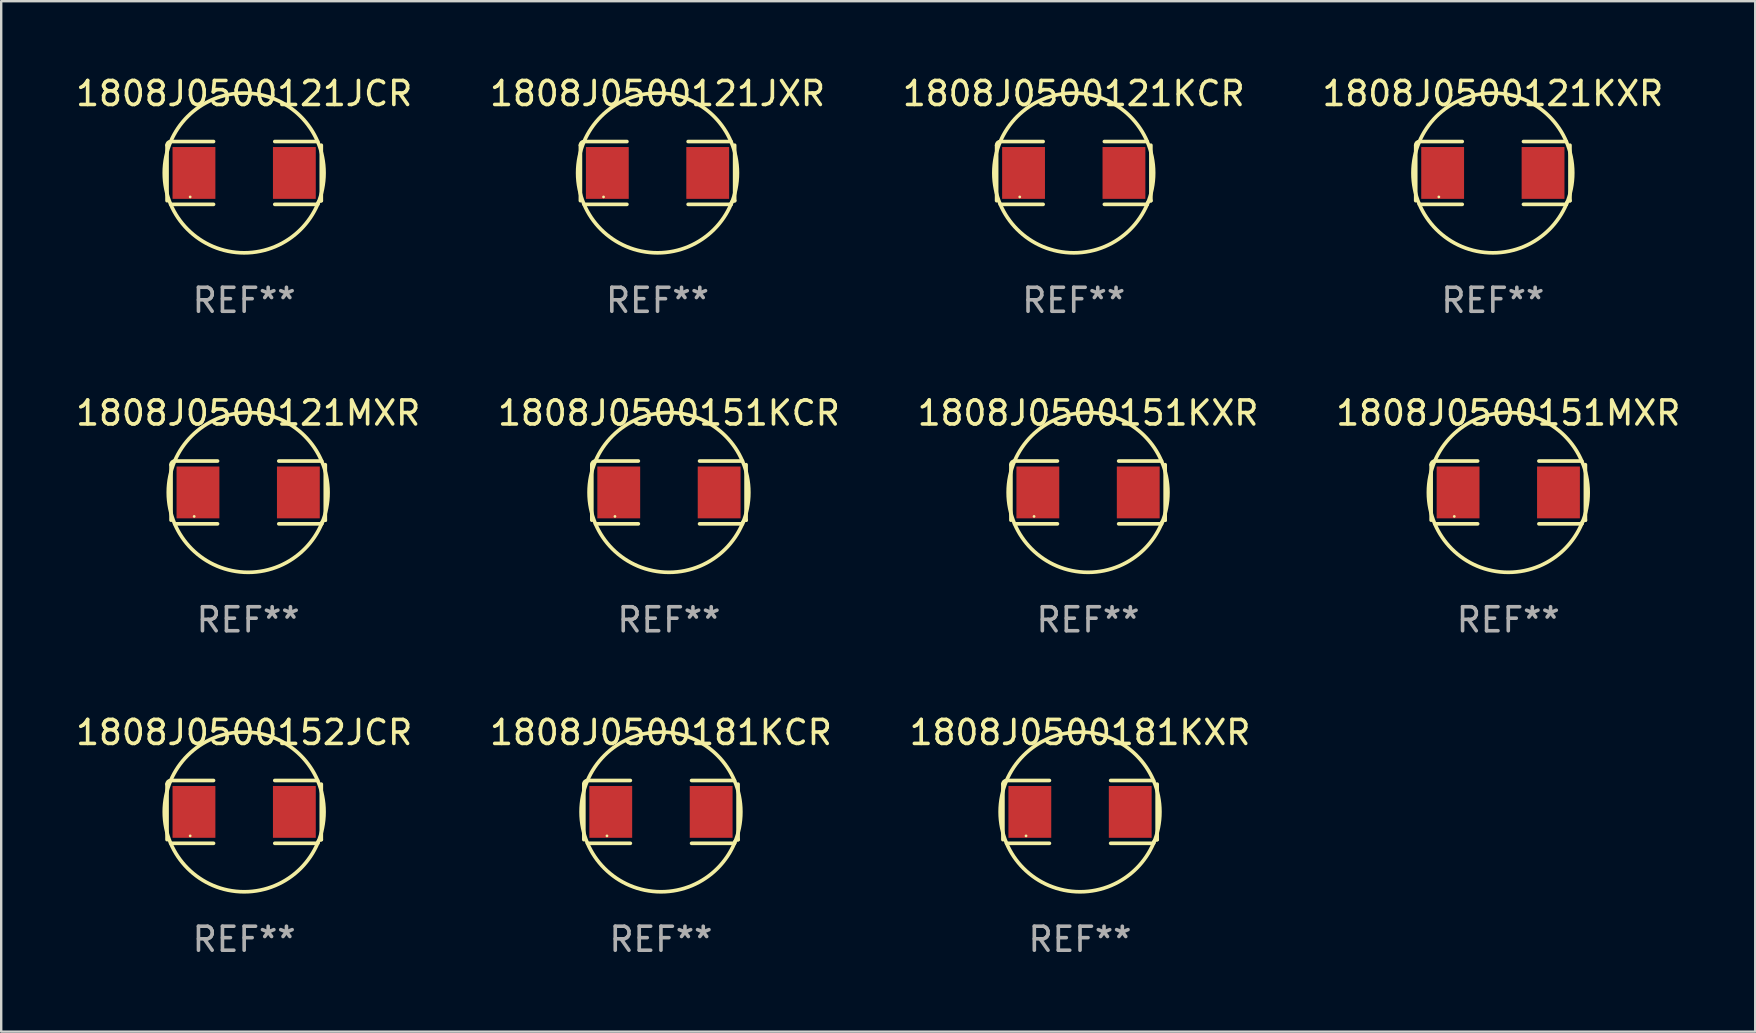
<source format=kicad_pcb>
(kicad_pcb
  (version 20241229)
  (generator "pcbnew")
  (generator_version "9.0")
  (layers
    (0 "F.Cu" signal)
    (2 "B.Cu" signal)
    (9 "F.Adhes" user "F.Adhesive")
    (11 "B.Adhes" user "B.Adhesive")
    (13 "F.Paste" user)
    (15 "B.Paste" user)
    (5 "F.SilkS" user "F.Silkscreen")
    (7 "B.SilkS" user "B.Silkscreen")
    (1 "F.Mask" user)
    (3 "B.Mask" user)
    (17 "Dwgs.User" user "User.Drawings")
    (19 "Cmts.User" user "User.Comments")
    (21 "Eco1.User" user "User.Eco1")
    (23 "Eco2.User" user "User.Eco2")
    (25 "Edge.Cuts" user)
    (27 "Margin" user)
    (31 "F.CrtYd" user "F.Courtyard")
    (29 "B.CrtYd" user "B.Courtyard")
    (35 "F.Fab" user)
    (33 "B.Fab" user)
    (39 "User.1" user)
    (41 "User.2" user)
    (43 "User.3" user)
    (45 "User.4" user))
  (footprint "1808J0500121JXR"
    (layer "F.Cu")
    (at 24.351 4.157)
    (property "Reference" "1808J0500121JXR" (at 0 -3.309 0) (layer "F.SilkS") (effects (font (size 1 1) (thickness 0.15))))
    (attr through_hole)
    (fp_line (start -3.214 -1.156) (end -3.214 1.156) (stroke (width 0.152) (type solid)) (layer "F.SilkS"))
    (fp_line (start -3.061 1.309) (end -1.276 1.309) (stroke (width 0.152) (type solid)) (layer "F.SilkS"))
    (fp_line (start -1.276 -1.309) (end -3.061 -1.309) (stroke (width 0.152) (type solid)) (layer "F.SilkS"))
    (fp_line (start 1.276 -1.309) (end 3.061 -1.309) (stroke (width 0.152) (type solid)) (layer "F.SilkS"))
    (fp_line (start 3.061 1.309) (end 1.276 1.309) (stroke (width 0.152) (type solid)) (layer "F.SilkS"))
    (fp_line (start 3.214 -1.156) (end 3.214 1.156) (stroke (width 0.152) (type solid)) (layer "F.SilkS"))
    (fp_arc (start -3.21359 -1.15621) (mid -3.168953 -1.263974) (end -3.061189 -1.308611) (stroke (width 0.1524) (type solid)) (layer "F.SilkS"))
    (fp_arc (start 3.061188 1.308611) (mid 3.105825 1.200847) (end 3.213589 1.15621) (stroke (width 0.1524) (type solid)) (layer "F.SilkS"))
    (fp_arc (start 3.061189 -1.308611) (mid -3.061167 1.308589) (end 3.061189 -1.308611) (stroke (width 0.1524) (type solid)) (layer "F.SilkS"))
    (fp_circle (center -2.25 1) (end -2.22 1) (stroke (width 0.06) (type solid)) (fill no) (layer "F.SilkS"))
    (fp_text user "REF**" (at 0 5.309 0) (layer "F.Fab") (effects (font (size 1 1) (thickness 0.15))))
    (pad "1" smd rect (at -2.092 0) (size 1.785 2.16) (layers "F.Cu" "F.Mask" "F.Paste"))
    (pad "2" smd rect (at 2.092 0) (size 1.785 2.16) (layers "F.Cu" "F.Mask" "F.Paste")))
  (footprint "1808J0500121MXR"
    (layer "F.Cu")
    (at 7.292 17.471)
    (property "Reference" "1808J0500121MXR" (at 0 -3.309 0) (layer "F.SilkS") (effects (font (size 1 1) (thickness 0.15))))
    (attr through_hole)
    (fp_line (start -3.214 -1.156) (end -3.214 1.156) (stroke (width 0.152) (type solid)) (layer "F.SilkS"))
    (fp_line (start -3.061 1.309) (end -1.276 1.309) (stroke (width 0.152) (type solid)) (layer "F.SilkS"))
    (fp_line (start -1.276 -1.309) (end -3.061 -1.309) (stroke (width 0.152) (type solid)) (layer "F.SilkS"))
    (fp_line (start 1.276 -1.309) (end 3.061 -1.309) (stroke (width 0.152) (type solid)) (layer "F.SilkS"))
    (fp_line (start 3.061 1.309) (end 1.276 1.309) (stroke (width 0.152) (type solid)) (layer "F.SilkS"))
    (fp_line (start 3.214 -1.156) (end 3.214 1.156) (stroke (width 0.152) (type solid)) (layer "F.SilkS"))
    (fp_arc (start -3.21359 -1.15621) (mid -3.168953 -1.263974) (end -3.061189 -1.308611) (stroke (width 0.1524) (type solid)) (layer "F.SilkS"))
    (fp_arc (start 3.061188 1.308611) (mid 3.105825 1.200847) (end 3.213589 1.15621) (stroke (width 0.1524) (type solid)) (layer "F.SilkS"))
    (fp_arc (start 3.061189 -1.308611) (mid -3.061167 1.308589) (end 3.061189 -1.308611) (stroke (width 0.1524) (type solid)) (layer "F.SilkS"))
    (fp_circle (center -2.25 1) (end -2.22 1) (stroke (width 0.06) (type solid)) (fill no) (layer "F.SilkS"))
    (fp_text user "REF**" (at 0 5.309 0) (layer "F.Fab") (effects (font (size 1 1) (thickness 0.15))))
    (pad "1" smd rect (at -2.092 0) (size 1.785 2.16) (layers "F.Cu" "F.Mask" "F.Paste"))
    (pad "2" smd rect (at 2.092 0) (size 1.785 2.16) (layers "F.Cu" "F.Mask" "F.Paste")))
  (footprint "1808J0500121KCR"
    (layer "F.Cu")
    (at 41.696 4.157)
    (property "Reference" "1808J0500121KCR" (at 0 -3.309 0) (layer "F.SilkS") (effects (font (size 1 1) (thickness 0.15))))
    (attr through_hole)
    (fp_line (start -3.214 -1.156) (end -3.214 1.156) (stroke (width 0.152) (type solid)) (layer "F.SilkS"))
    (fp_line (start -3.061 1.309) (end -1.276 1.309) (stroke (width 0.152) (type solid)) (layer "F.SilkS"))
    (fp_line (start -1.276 -1.309) (end -3.061 -1.309) (stroke (width 0.152) (type solid)) (layer "F.SilkS"))
    (fp_line (start 1.276 -1.309) (end 3.061 -1.309) (stroke (width 0.152) (type solid)) (layer "F.SilkS"))
    (fp_line (start 3.061 1.309) (end 1.276 1.309) (stroke (width 0.152) (type solid)) (layer "F.SilkS"))
    (fp_line (start 3.214 -1.156) (end 3.214 1.156) (stroke (width 0.152) (type solid)) (layer "F.SilkS"))
    (fp_arc (start -3.21359 -1.15621) (mid -3.168953 -1.263974) (end -3.061189 -1.308611) (stroke (width 0.1524) (type solid)) (layer "F.SilkS"))
    (fp_arc (start 3.061188 1.308611) (mid 3.105825 1.200847) (end 3.213589 1.15621) (stroke (width 0.1524) (type solid)) (layer "F.SilkS"))
    (fp_arc (start 3.061189 -1.308611) (mid -3.061167 1.308589) (end 3.061189 -1.308611) (stroke (width 0.1524) (type solid)) (layer "F.SilkS"))
    (fp_circle (center -2.25 1) (end -2.22 1) (stroke (width 0.06) (type solid)) (fill no) (layer "F.SilkS"))
    (fp_text user "REF**" (at 0 5.309 0) (layer "F.Fab") (effects (font (size 1 1) (thickness 0.15))))
    (pad "1" smd rect (at -2.092 0) (size 1.785 2.16) (layers "F.Cu" "F.Mask" "F.Paste"))
    (pad "2" smd rect (at 2.092 0) (size 1.785 2.16) (layers "F.Cu" "F.Mask" "F.Paste")))
  (footprint "1808J0500151MXR"
    (layer "F.Cu")
    (at 59.804 17.471)
    (property "Reference" "1808J0500151MXR" (at 0 -3.309 0) (layer "F.SilkS") (effects (font (size 1 1) (thickness 0.15))))
    (attr through_hole)
    (fp_line (start -3.214 -1.156) (end -3.214 1.156) (stroke (width 0.152) (type solid)) (layer "F.SilkS"))
    (fp_line (start -3.061 1.309) (end -1.276 1.309) (stroke (width 0.152) (type solid)) (layer "F.SilkS"))
    (fp_line (start -1.276 -1.309) (end -3.061 -1.309) (stroke (width 0.152) (type solid)) (layer "F.SilkS"))
    (fp_line (start 1.276 -1.309) (end 3.061 -1.309) (stroke (width 0.152) (type solid)) (layer "F.SilkS"))
    (fp_line (start 3.061 1.309) (end 1.276 1.309) (stroke (width 0.152) (type solid)) (layer "F.SilkS"))
    (fp_line (start 3.214 -1.156) (end 3.214 1.156) (stroke (width 0.152) (type solid)) (layer "F.SilkS"))
    (fp_arc (start -3.21359 -1.15621) (mid -3.168953 -1.263974) (end -3.061189 -1.308611) (stroke (width 0.1524) (type solid)) (layer "F.SilkS"))
    (fp_arc (start 3.061188 1.308611) (mid 3.105825 1.200847) (end 3.213589 1.15621) (stroke (width 0.1524) (type solid)) (layer "F.SilkS"))
    (fp_arc (start 3.061189 -1.308611) (mid -3.061167 1.308589) (end 3.061189 -1.308611) (stroke (width 0.1524) (type solid)) (layer "F.SilkS"))
    (fp_circle (center -2.25 1) (end -2.22 1) (stroke (width 0.06) (type solid)) (fill no) (layer "F.SilkS"))
    (fp_text user "REF**" (at 0 5.309 0) (layer "F.Fab") (effects (font (size 1 1) (thickness 0.15))))
    (pad "1" smd rect (at -2.092 0) (size 1.785 2.16) (layers "F.Cu" "F.Mask" "F.Paste"))
    (pad "2" smd rect (at 2.092 0) (size 1.785 2.16) (layers "F.Cu" "F.Mask" "F.Paste")))
  (footprint "1808J0500181KCR"
    (layer "F.Cu")
    (at 24.494 30.784)
    (property "Reference" "1808J0500181KCR" (at 0 -3.309 0) (layer "F.SilkS") (effects (font (size 1 1) (thickness 0.15))))
    (attr through_hole)
    (fp_line (start -3.214 -1.156) (end -3.214 1.156) (stroke (width 0.152) (type solid)) (layer "F.SilkS"))
    (fp_line (start -3.061 1.309) (end -1.276 1.309) (stroke (width 0.152) (type solid)) (layer "F.SilkS"))
    (fp_line (start -1.276 -1.309) (end -3.061 -1.309) (stroke (width 0.152) (type solid)) (layer "F.SilkS"))
    (fp_line (start 1.276 -1.309) (end 3.061 -1.309) (stroke (width 0.152) (type solid)) (layer "F.SilkS"))
    (fp_line (start 3.061 1.309) (end 1.276 1.309) (stroke (width 0.152) (type solid)) (layer "F.SilkS"))
    (fp_line (start 3.214 -1.156) (end 3.214 1.156) (stroke (width 0.152) (type solid)) (layer "F.SilkS"))
    (fp_arc (start -3.21359 -1.15621) (mid -3.168953 -1.263974) (end -3.061189 -1.308611) (stroke (width 0.1524) (type solid)) (layer "F.SilkS"))
    (fp_arc (start 3.061188 1.308611) (mid 3.105825 1.200847) (end 3.213589 1.15621) (stroke (width 0.1524) (type solid)) (layer "F.SilkS"))
    (fp_arc (start 3.061189 -1.308611) (mid -3.061167 1.308589) (end 3.061189 -1.308611) (stroke (width 0.1524) (type solid)) (layer "F.SilkS"))
    (fp_circle (center -2.25 1) (end -2.22 1) (stroke (width 0.06) (type solid)) (fill no) (layer "F.SilkS"))
    (fp_text user "REF**" (at 0 5.309 0) (layer "F.Fab") (effects (font (size 1 1) (thickness 0.15))))
    (pad "1" smd rect (at -2.092 0) (size 1.785 2.16) (layers "F.Cu" "F.Mask" "F.Paste"))
    (pad "2" smd rect (at 2.092 0) (size 1.785 2.16) (layers "F.Cu" "F.Mask" "F.Paste")))
  (footprint "1808J0500152JCR"
    (layer "F.Cu")
    (at 7.125 30.784)
    (property "Reference" "1808J0500152JCR" (at 0 -3.309 0) (layer "F.SilkS") (effects (font (size 1 1) (thickness 0.15))))
    (attr through_hole)
    (fp_line (start -3.214 -1.156) (end -3.214 1.156) (stroke (width 0.152) (type solid)) (layer "F.SilkS"))
    (fp_line (start -3.061 1.309) (end -1.276 1.309) (stroke (width 0.152) (type solid)) (layer "F.SilkS"))
    (fp_line (start -1.276 -1.309) (end -3.061 -1.309) (stroke (width 0.152) (type solid)) (layer "F.SilkS"))
    (fp_line (start 1.276 -1.309) (end 3.061 -1.309) (stroke (width 0.152) (type solid)) (layer "F.SilkS"))
    (fp_line (start 3.061 1.309) (end 1.276 1.309) (stroke (width 0.152) (type solid)) (layer "F.SilkS"))
    (fp_line (start 3.214 -1.156) (end 3.214 1.156) (stroke (width 0.152) (type solid)) (layer "F.SilkS"))
    (fp_arc (start -3.21359 -1.15621) (mid -3.168953 -1.263974) (end -3.061189 -1.308611) (stroke (width 0.1524) (type solid)) (layer "F.SilkS"))
    (fp_arc (start 3.061188 1.308611) (mid 3.105825 1.200847) (end 3.213589 1.15621) (stroke (width 0.1524) (type solid)) (layer "F.SilkS"))
    (fp_arc (start 3.061189 -1.308611) (mid -3.061167 1.308589) (end 3.061189 -1.308611) (stroke (width 0.1524) (type solid)) (layer "F.SilkS"))
    (fp_circle (center -2.25 1) (end -2.22 1) (stroke (width 0.06) (type solid)) (fill no) (layer "F.SilkS"))
    (fp_text user "REF**" (at 0 5.309 0) (layer "F.Fab") (effects (font (size 1 1) (thickness 0.15))))
    (pad "1" smd rect (at -2.092 0) (size 1.785 2.16) (layers "F.Cu" "F.Mask" "F.Paste"))
    (pad "2" smd rect (at 2.092 0) (size 1.785 2.16) (layers "F.Cu" "F.Mask" "F.Paste")))
  (footprint "1808J0500181KXR"
    (layer "F.Cu")
    (at 41.958 30.784)
    (property "Reference" "1808J0500181KXR" (at 0 -3.309 0) (layer "F.SilkS") (effects (font (size 1 1) (thickness 0.15))))
    (attr through_hole)
    (fp_line (start -3.214 -1.156) (end -3.214 1.156) (stroke (width 0.152) (type solid)) (layer "F.SilkS"))
    (fp_line (start -3.061 1.309) (end -1.276 1.309) (stroke (width 0.152) (type solid)) (layer "F.SilkS"))
    (fp_line (start -1.276 -1.309) (end -3.061 -1.309) (stroke (width 0.152) (type solid)) (layer "F.SilkS"))
    (fp_line (start 1.276 -1.309) (end 3.061 -1.309) (stroke (width 0.152) (type solid)) (layer "F.SilkS"))
    (fp_line (start 3.061 1.309) (end 1.276 1.309) (stroke (width 0.152) (type solid)) (layer "F.SilkS"))
    (fp_line (start 3.214 -1.156) (end 3.214 1.156) (stroke (width 0.152) (type solid)) (layer "F.SilkS"))
    (fp_arc (start -3.21359 -1.15621) (mid -3.168953 -1.263974) (end -3.061189 -1.308611) (stroke (width 0.1524) (type solid)) (layer "F.SilkS"))
    (fp_arc (start 3.061188 1.308611) (mid 3.105825 1.200847) (end 3.213589 1.15621) (stroke (width 0.1524) (type solid)) (layer "F.SilkS"))
    (fp_arc (start 3.061189 -1.308611) (mid -3.061167 1.308589) (end 3.061189 -1.308611) (stroke (width 0.1524) (type solid)) (layer "F.SilkS"))
    (fp_circle (center -2.25 1) (end -2.22 1) (stroke (width 0.06) (type solid)) (fill no) (layer "F.SilkS"))
    (fp_text user "REF**" (at 0 5.309 0) (layer "F.Fab") (effects (font (size 1 1) (thickness 0.15))))
    (pad "1" smd rect (at -2.092 0) (size 1.785 2.16) (layers "F.Cu" "F.Mask" "F.Paste"))
    (pad "2" smd rect (at 2.092 0) (size 1.785 2.16) (layers "F.Cu" "F.Mask" "F.Paste")))
  (footprint "1808J0500121KXR"
    (layer "F.Cu")
    (at 59.161 4.157)
    (property "Reference" "1808J0500121KXR" (at 0 -3.309 0) (layer "F.SilkS") (effects (font (size 1 1) (thickness 0.15))))
    (attr through_hole)
    (fp_line (start -3.214 -1.156) (end -3.214 1.156) (stroke (width 0.152) (type solid)) (layer "F.SilkS"))
    (fp_line (start -3.061 1.309) (end -1.276 1.309) (stroke (width 0.152) (type solid)) (layer "F.SilkS"))
    (fp_line (start -1.276 -1.309) (end -3.061 -1.309) (stroke (width 0.152) (type solid)) (layer "F.SilkS"))
    (fp_line (start 1.276 -1.309) (end 3.061 -1.309) (stroke (width 0.152) (type solid)) (layer "F.SilkS"))
    (fp_line (start 3.061 1.309) (end 1.276 1.309) (stroke (width 0.152) (type solid)) (layer "F.SilkS"))
    (fp_line (start 3.214 -1.156) (end 3.214 1.156) (stroke (width 0.152) (type solid)) (layer "F.SilkS"))
    (fp_arc (start -3.21359 -1.15621) (mid -3.168953 -1.263974) (end -3.061189 -1.308611) (stroke (width 0.1524) (type solid)) (layer "F.SilkS"))
    (fp_arc (start 3.061188 1.308611) (mid 3.105825 1.200847) (end 3.213589 1.15621) (stroke (width 0.1524) (type solid)) (layer "F.SilkS"))
    (fp_arc (start 3.061189 -1.308611) (mid -3.061167 1.308589) (end 3.061189 -1.308611) (stroke (width 0.1524) (type solid)) (layer "F.SilkS"))
    (fp_circle (center -2.25 1) (end -2.22 1) (stroke (width 0.06) (type solid)) (fill no) (layer "F.SilkS"))
    (fp_text user "REF**" (at 0 5.309 0) (layer "F.Fab") (effects (font (size 1 1) (thickness 0.15))))
    (pad "1" smd rect (at -2.092 0) (size 1.785 2.16) (layers "F.Cu" "F.Mask" "F.Paste"))
    (pad "2" smd rect (at 2.092 0) (size 1.785 2.16) (layers "F.Cu" "F.Mask" "F.Paste")))
  (footprint "1808J0500121JCR"
    (layer "F.Cu")
    (at 7.125 4.157)
    (property "Reference" "1808J0500121JCR" (at 0 -3.309 0) (layer "F.SilkS") (effects (font (size 1 1) (thickness 0.15))))
    (attr through_hole)
    (fp_line (start -3.214 -1.156) (end -3.214 1.156) (stroke (width 0.152) (type solid)) (layer "F.SilkS"))
    (fp_line (start -3.061 1.309) (end -1.276 1.309) (stroke (width 0.152) (type solid)) (layer "F.SilkS"))
    (fp_line (start -1.276 -1.309) (end -3.061 -1.309) (stroke (width 0.152) (type solid)) (layer "F.SilkS"))
    (fp_line (start 1.276 -1.309) (end 3.061 -1.309) (stroke (width 0.152) (type solid)) (layer "F.SilkS"))
    (fp_line (start 3.061 1.309) (end 1.276 1.309) (stroke (width 0.152) (type solid)) (layer "F.SilkS"))
    (fp_line (start 3.214 -1.156) (end 3.214 1.156) (stroke (width 0.152) (type solid)) (layer "F.SilkS"))
    (fp_arc (start -3.21359 -1.15621) (mid -3.168953 -1.263974) (end -3.061189 -1.308611) (stroke (width 0.1524) (type solid)) (layer "F.SilkS"))
    (fp_arc (start 3.061188 1.308611) (mid 3.105825 1.200847) (end 3.213589 1.15621) (stroke (width 0.1524) (type solid)) (layer "F.SilkS"))
    (fp_arc (start 3.061189 -1.308611) (mid -3.061167 1.308589) (end 3.061189 -1.308611) (stroke (width 0.1524) (type solid)) (layer "F.SilkS"))
    (fp_circle (center -2.25 1) (end -2.22 1) (stroke (width 0.06) (type solid)) (fill no) (layer "F.SilkS"))
    (fp_text user "REF**" (at 0 5.309 0) (layer "F.Fab") (effects (font (size 1 1) (thickness 0.15))))
    (pad "1" smd rect (at -2.092 0) (size 1.785 2.16) (layers "F.Cu" "F.Mask" "F.Paste"))
    (pad "2" smd rect (at 2.092 0) (size 1.785 2.16) (layers "F.Cu" "F.Mask" "F.Paste")))
  (footprint "1808J0500151KXR"
    (layer "F.Cu")
    (at 42.292 17.471)
    (property "Reference" "1808J0500151KXR" (at 0 -3.309 0) (layer "F.SilkS") (effects (font (size 1 1) (thickness 0.15))))
    (attr through_hole)
    (fp_line (start -3.214 -1.156) (end -3.214 1.156) (stroke (width 0.152) (type solid)) (layer "F.SilkS"))
    (fp_line (start -3.061 1.309) (end -1.276 1.309) (stroke (width 0.152) (type solid)) (layer "F.SilkS"))
    (fp_line (start -1.276 -1.309) (end -3.061 -1.309) (stroke (width 0.152) (type solid)) (layer "F.SilkS"))
    (fp_line (start 1.276 -1.309) (end 3.061 -1.309) (stroke (width 0.152) (type solid)) (layer "F.SilkS"))
    (fp_line (start 3.061 1.309) (end 1.276 1.309) (stroke (width 0.152) (type solid)) (layer "F.SilkS"))
    (fp_line (start 3.214 -1.156) (end 3.214 1.156) (stroke (width 0.152) (type solid)) (layer "F.SilkS"))
    (fp_arc (start -3.21359 -1.15621) (mid -3.168953 -1.263974) (end -3.061189 -1.308611) (stroke (width 0.1524) (type solid)) (layer "F.SilkS"))
    (fp_arc (start 3.061188 1.308611) (mid 3.105825 1.200847) (end 3.213589 1.15621) (stroke (width 0.1524) (type solid)) (layer "F.SilkS"))
    (fp_arc (start 3.061189 -1.308611) (mid -3.061167 1.308589) (end 3.061189 -1.308611) (stroke (width 0.1524) (type solid)) (layer "F.SilkS"))
    (fp_circle (center -2.25 1) (end -2.22 1) (stroke (width 0.06) (type solid)) (fill no) (layer "F.SilkS"))
    (fp_text user "REF**" (at 0 5.309 0) (layer "F.Fab") (effects (font (size 1 1) (thickness 0.15))))
    (pad "1" smd rect (at -2.092 0) (size 1.785 2.16) (layers "F.Cu" "F.Mask" "F.Paste"))
    (pad "2" smd rect (at 2.092 0) (size 1.785 2.16) (layers "F.Cu" "F.Mask" "F.Paste")))
  (footprint "1808J0500151KCR"
    (layer "F.Cu")
    (at 24.827 17.471)
    (property "Reference" "1808J0500151KCR" (at 0 -3.309 0) (layer "F.SilkS") (effects (font (size 1 1) (thickness 0.15))))
    (attr through_hole)
    (fp_line (start -3.214 -1.156) (end -3.214 1.156) (stroke (width 0.152) (type solid)) (layer "F.SilkS"))
    (fp_line (start -3.061 1.309) (end -1.276 1.309) (stroke (width 0.152) (type solid)) (layer "F.SilkS"))
    (fp_line (start -1.276 -1.309) (end -3.061 -1.309) (stroke (width 0.152) (type solid)) (layer "F.SilkS"))
    (fp_line (start 1.276 -1.309) (end 3.061 -1.309) (stroke (width 0.152) (type solid)) (layer "F.SilkS"))
    (fp_line (start 3.061 1.309) (end 1.276 1.309) (stroke (width 0.152) (type solid)) (layer "F.SilkS"))
    (fp_line (start 3.214 -1.156) (end 3.214 1.156) (stroke (width 0.152) (type solid)) (layer "F.SilkS"))
    (fp_arc (start -3.21359 -1.15621) (mid -3.168953 -1.263974) (end -3.061189 -1.308611) (stroke (width 0.1524) (type solid)) (layer "F.SilkS"))
    (fp_arc (start 3.061188 1.308611) (mid 3.105825 1.200847) (end 3.213589 1.15621) (stroke (width 0.1524) (type solid)) (layer "F.SilkS"))
    (fp_arc (start 3.061189 -1.308611) (mid -3.061167 1.308589) (end 3.061189 -1.308611) (stroke (width 0.1524) (type solid)) (layer "F.SilkS"))
    (fp_circle (center -2.25 1) (end -2.22 1) (stroke (width 0.06) (type solid)) (fill no) (layer "F.SilkS"))
    (fp_text user "REF**" (at 0 5.309 0) (layer "F.Fab") (effects (font (size 1 1) (thickness 0.15))))
    (pad "1" smd rect (at -2.092 0) (size 1.785 2.16) (layers "F.Cu" "F.Mask" "F.Paste"))
    (pad "2" smd rect (at 2.092 0) (size 1.785 2.16) (layers "F.Cu" "F.Mask" "F.Paste")))
  (gr_rect
    (start -3 -3)
    (end 70.095 39.941)
    (stroke (width 0.1) (type default))
    (fill no)
    (layer "Edge.Cuts")))
</source>
